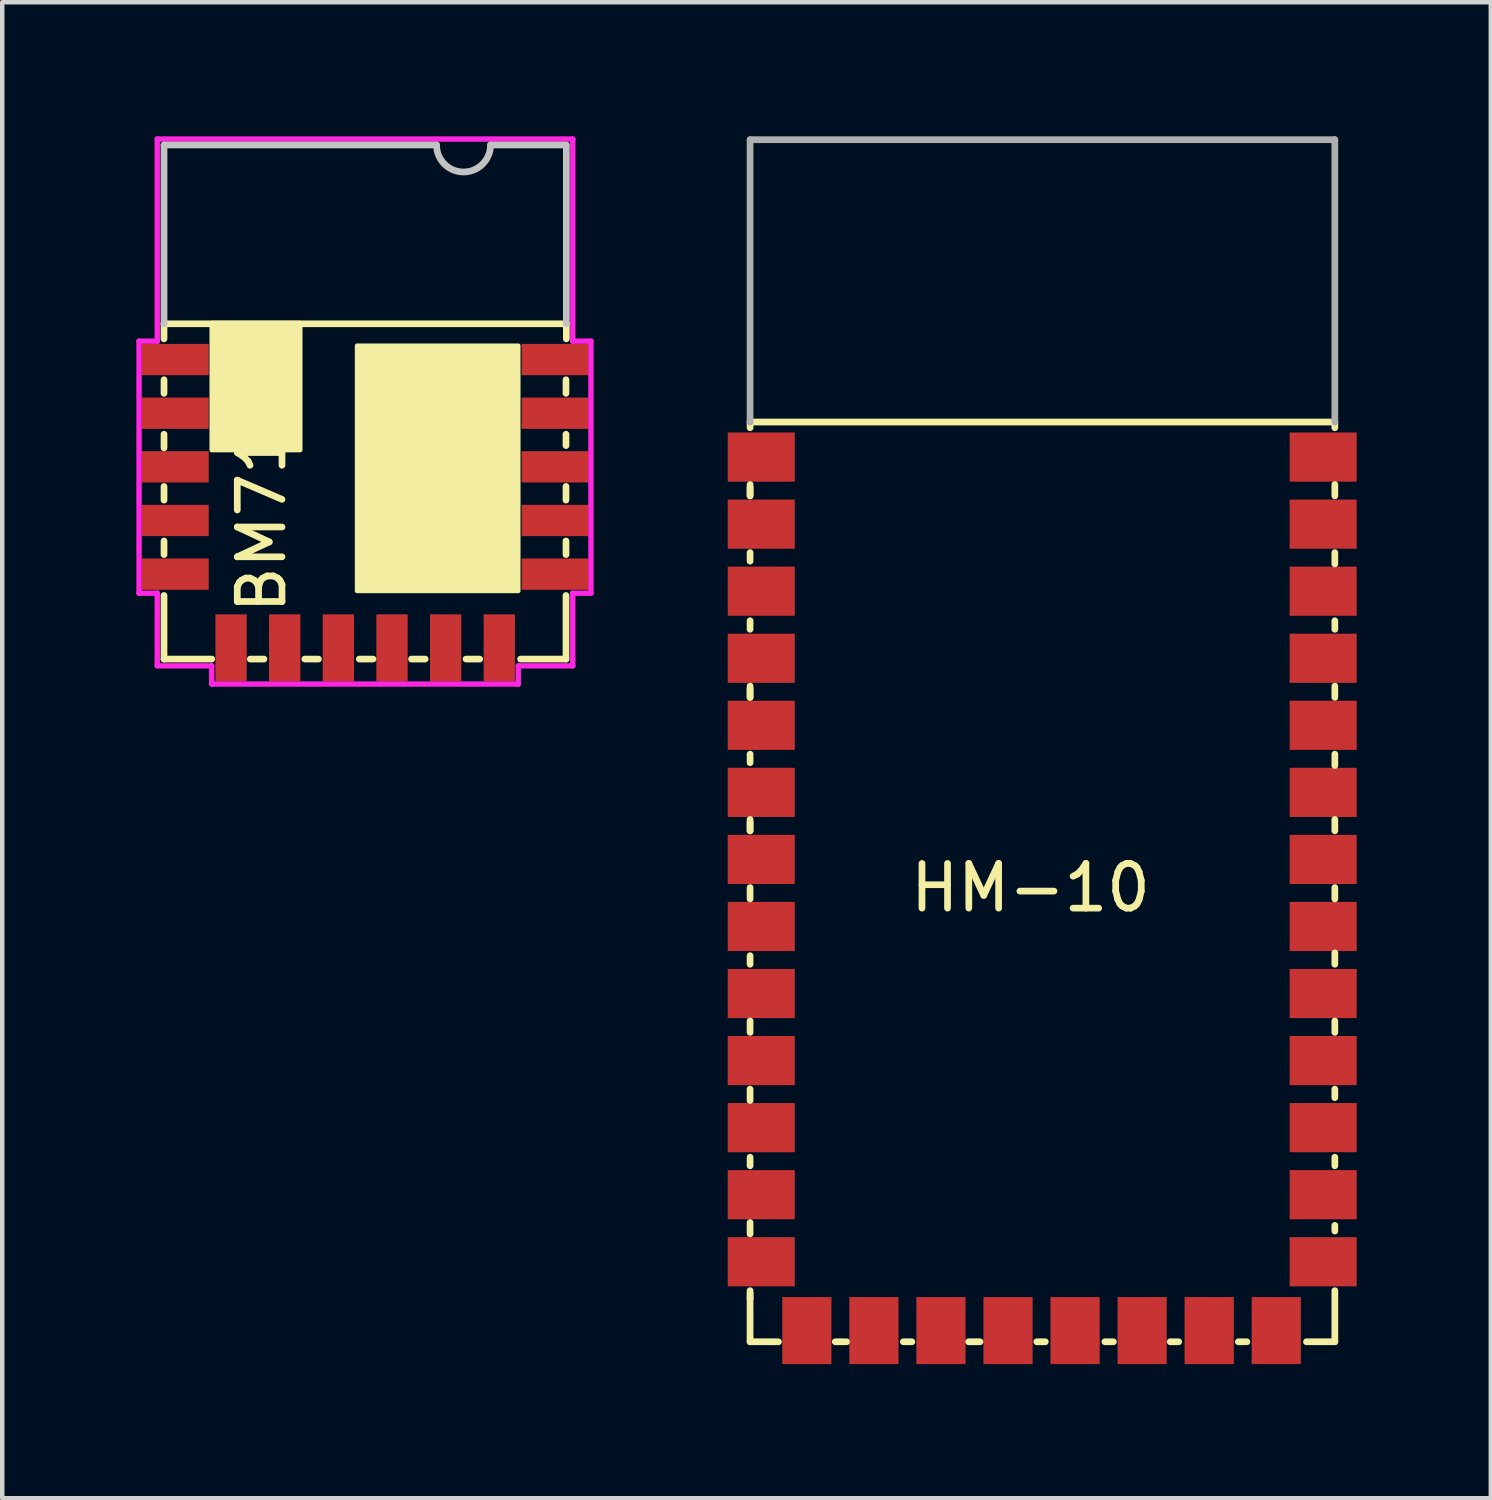
<source format=kicad_pcb>
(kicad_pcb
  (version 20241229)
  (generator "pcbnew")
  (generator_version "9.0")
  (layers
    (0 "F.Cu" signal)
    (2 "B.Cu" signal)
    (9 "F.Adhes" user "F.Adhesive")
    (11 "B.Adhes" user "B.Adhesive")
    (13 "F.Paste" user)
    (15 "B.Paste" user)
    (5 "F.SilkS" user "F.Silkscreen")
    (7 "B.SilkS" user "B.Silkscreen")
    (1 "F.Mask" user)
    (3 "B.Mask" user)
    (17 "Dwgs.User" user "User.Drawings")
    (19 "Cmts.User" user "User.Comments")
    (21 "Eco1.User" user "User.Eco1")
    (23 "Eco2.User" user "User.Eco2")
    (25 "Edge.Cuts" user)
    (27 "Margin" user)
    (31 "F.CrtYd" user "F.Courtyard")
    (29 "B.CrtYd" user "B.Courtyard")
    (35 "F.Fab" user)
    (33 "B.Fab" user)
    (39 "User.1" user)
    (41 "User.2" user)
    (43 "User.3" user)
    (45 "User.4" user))
  (footprint "BM71"
    (layer "F.Cu")
    (at 0.619 11.693)
    (property "Reference" "BM71" (at 2.184 -3.073 90) (unlocked yes) (layer "F.SilkS") (effects (font (size 1 1) (thickness 0.15))))
    (attr through_hole)
    (fp_line (start 0 -7.5) (end 0 -7.163) (stroke (width 0.15) (type solid)) (layer "F.SilkS"))
    (fp_line (start 0 -7.5) (end 9 -7.5) (stroke (width 0.15) (type solid)) (layer "F.SilkS"))
    (fp_line (start 0 -5.944) (end 0 -6.248) (stroke (width 0.15) (type solid)) (layer "F.SilkS"))
    (fp_line (start 0 -4.724) (end 0 -5.029) (stroke (width 0.15) (type solid)) (layer "F.SilkS"))
    (fp_line (start 0 -3.556) (end 0 -3.861) (stroke (width 0.15) (type solid)) (layer "F.SilkS"))
    (fp_line (start 0 -2.337) (end 0 -2.642) (stroke (width 0.15) (type solid)) (layer "F.SilkS"))
    (fp_line (start 0 0) (end 0 -1.422) (stroke (width 0.15) (type solid)) (layer "F.SilkS"))
    (fp_line (start 1.067 0) (end 0 0) (stroke (width 0.15) (type solid)) (layer "F.SilkS"))
    (fp_line (start 2.235 0) (end 1.93 0) (stroke (width 0.15) (type solid)) (layer "F.SilkS"))
    (fp_line (start 3.454 0) (end 3.15 0) (stroke (width 0.15) (type solid)) (layer "F.SilkS"))
    (fp_line (start 4.674 0) (end 4.369 0) (stroke (width 0.15) (type solid)) (layer "F.SilkS"))
    (fp_line (start 5.842 0) (end 5.537 0) (stroke (width 0.15) (type solid)) (layer "F.SilkS"))
    (fp_line (start 7.061 0) (end 6.756 0) (stroke (width 0.15) (type solid)) (layer "F.SilkS"))
    (fp_line (start 8.992 -6.248) (end 8.992 -5.944) (stroke (width 0.15) (type solid)) (layer "F.SilkS"))
    (fp_line (start 8.992 -5.029) (end 8.992 -4.775) (stroke (width 0.15) (type solid)) (layer "F.SilkS"))
    (fp_line (start 8.992 -3.861) (end 8.992 -3.556) (stroke (width 0.15) (type solid)) (layer "F.SilkS"))
    (fp_line (start 8.992 -2.642) (end 8.992 -2.337) (stroke (width 0.15) (type solid)) (layer "F.SilkS"))
    (fp_line (start 8.992 -1.422) (end 8.992 0) (stroke (width 0.15) (type solid)) (layer "F.SilkS"))
    (fp_line (start 8.992 0) (end 7.976 0) (stroke (width 0.15) (type solid)) (layer "F.SilkS"))
    (fp_line (start 9 -7.5) (end 9 -7.163) (stroke (width 0.15) (type solid)) (layer "F.SilkS"))
    (fp_poly (pts (xy 1.067 -7.518) (xy 3.048 -7.518) (xy 3.048 -4.674) (xy 1.067 -4.674)) (stroke (width 0.1) (type solid)) (fill yes) (layer "F.SilkS"))
    (fp_poly (pts (xy 4.318 -7.01) (xy 7.925 -7.01) (xy 7.925 -1.524) (xy 4.318 -1.524)) (stroke (width 0.1) (type solid)) (fill yes) (layer "F.SilkS"))
    (fp_line (start 0 -11.5) (end 6.096 -11.5) (stroke (width 0.15) (type solid)) (layer "Dwgs.User"))
    (fp_line (start 0 -7.5) (end 0 -11.5) (stroke (width 0.15) (type solid)) (layer "Dwgs.User"))
    (fp_line (start 7.304 -11.5) (end 9 -11.5) (stroke (width 0.15) (type solid)) (layer "Dwgs.User"))
    (fp_line (start 9 -11.481) (end 9 -7.5) (stroke (width 0.15) (type solid)) (layer "Dwgs.User"))
    (fp_arc (start 7.304 -11.5) (mid 6.7 -10.896) (end 6.096 -11.5) (stroke (width 0.15) (type solid)) (layer "Dwgs.User"))
    (fp_line (start -0.559 -7.112) (end -0.152 -7.112) (stroke (width 0.12) (type solid)) (layer "F.CrtYd"))
    (fp_line (start -0.559 -1.473) (end -0.559 -7.112) (stroke (width 0.12) (type solid)) (layer "F.CrtYd"))
    (fp_line (start -0.152 -11.633) (end 9.144 -11.633) (stroke (width 0.12) (type solid)) (layer "F.CrtYd"))
    (fp_line (start -0.152 -7.112) (end -0.152 -11.633) (stroke (width 0.12) (type solid)) (layer "F.CrtYd"))
    (fp_line (start -0.152 -1.473) (end -0.559 -1.473) (stroke (width 0.12) (type solid)) (layer "F.CrtYd"))
    (fp_line (start -0.152 0.152) (end -0.152 -1.473) (stroke (width 0.12) (type solid)) (layer "F.CrtYd"))
    (fp_line (start 1.067 0.152) (end -0.152 0.152) (stroke (width 0.12) (type solid)) (layer "F.CrtYd"))
    (fp_line (start 1.067 0.559) (end 1.067 0.152) (stroke (width 0.12) (type solid)) (layer "F.CrtYd"))
    (fp_line (start 7.925 0.152) (end 7.925 0.559) (stroke (width 0.12) (type solid)) (layer "F.CrtYd"))
    (fp_line (start 7.925 0.559) (end 1.067 0.559) (stroke (width 0.12) (type solid)) (layer "F.CrtYd"))
    (fp_line (start 9.144 -11.633) (end 9.144 -7.112) (stroke (width 0.12) (type solid)) (layer "F.CrtYd"))
    (fp_line (start 9.144 -7.112) (end 9.55 -7.112) (stroke (width 0.12) (type solid)) (layer "F.CrtYd"))
    (fp_line (start 9.144 -1.473) (end 9.144 0.152) (stroke (width 0.12) (type solid)) (layer "F.CrtYd"))
    (fp_line (start 9.144 0.152) (end 7.925 0.152) (stroke (width 0.12) (type solid)) (layer "F.CrtYd"))
    (fp_line (start 9.55 -7.112) (end 9.55 -1.473) (stroke (width 0.12) (type solid)) (layer "F.CrtYd"))
    (fp_line (start 9.55 -1.473) (end 9.144 -1.473) (stroke (width 0.12) (type solid)) (layer "F.CrtYd"))
    (pad "1" smd rect (at 0 -6.7) (size 1.5 0.7) (drill (offset 0.25 0)) (layers "F.Cu" "F.Mask" "F.Paste"))
    (pad "2" smd rect (at 0 -5.5) (size 1.5 0.7) (drill (offset 0.25 0)) (layers "F.Cu" "F.Mask" "F.Paste"))
    (pad "3" smd rect (at 0 -4.3) (size 1.5 0.7) (drill (offset 0.25 0)) (layers "F.Cu" "F.Mask" "F.Paste"))
    (pad "4" smd rect (at 0 -3.1) (size 1.5 0.7) (drill (offset 0.25 0)) (layers "F.Cu" "F.Mask" "F.Paste"))
    (pad "5" smd rect (at 0 -1.9) (size 1.5 0.7) (drill (offset 0.25 0)) (layers "F.Cu" "F.Mask" "F.Paste"))
    (pad "6" smd rect (at 1.5 0 90) (size 1.5 0.7) (drill (offset 0.25 0)) (layers "F.Cu" "F.Mask" "F.Paste"))
    (pad "7" smd rect (at 2.7 0 90) (size 1.5 0.7) (drill (offset 0.25 0)) (layers "F.Cu" "F.Mask" "F.Paste"))
    (pad "8" smd rect (at 3.9 0 90) (size 1.5 0.7) (drill (offset 0.25 0)) (layers "F.Cu" "F.Mask" "F.Paste"))
    (pad "9" smd rect (at 5.1 0 90) (size 1.5 0.7) (drill (offset 0.25 0)) (layers "F.Cu" "F.Mask" "F.Paste"))
    (pad "10" smd rect (at 6.3 0 90) (size 1.5 0.7) (drill (offset 0.25 0)) (layers "F.Cu" "F.Mask" "F.Paste"))
    (pad "11" smd rect (at 7.5 0 90) (size 1.5 0.7) (drill (offset 0.25 0)) (layers "F.Cu" "F.Mask" "F.Paste"))
    (pad "12" smd rect (at 9 -1.9 180) (size 1.5 0.7) (drill (offset 0.25 0)) (layers "F.Cu" "F.Mask" "F.Paste"))
    (pad "13" smd rect (at 9 -3.1 180) (size 1.5 0.7) (drill (offset 0.25 0)) (layers "F.Cu" "F.Mask" "F.Paste"))
    (pad "14" smd rect (at 9 -4.3 180) (size 1.5 0.7) (drill (offset 0.25 0)) (layers "F.Cu" "F.Mask" "F.Paste"))
    (pad "15" smd rect (at 9 -5.5 180) (size 1.5 0.7) (drill (offset 0.25 0)) (layers "F.Cu" "F.Mask" "F.Paste"))
    (pad "16" smd rect (at 9 -6.7 180) (size 1.5 0.7) (drill (offset 0.25 0)) (layers "F.Cu" "F.Mask" "F.Paste")))
  (footprint "HM-10"
    (layer "F.Cu")
    (at 13.729 26.965)
    (property "Reference" "HM-10" (at 6.274 -10.155 0) (layer "F.SilkS") (effects (font (size 1 1) (thickness 0.15))))
    (attr through_hole)
    (fp_line (start 0 -20.574) (end 13.081 -20.574) (stroke (width 0.15) (type solid)) (layer "F.SilkS"))
    (fp_line (start 0 -20.447) (end 0 -20.574) (stroke (width 0.15) (type solid)) (layer "F.SilkS"))
    (fp_line (start 0 -19.113) (end 0 -18.923) (stroke (width 0.15) (type solid)) (layer "F.SilkS"))
    (fp_line (start 0 -18.923) (end 0 -19.177) (stroke (width 0.15) (type solid)) (layer "F.SilkS"))
    (fp_line (start 0 -17.653) (end 0 -17.462) (stroke (width 0.15) (type solid)) (layer "F.SilkS"))
    (fp_line (start 0 -16.129) (end 0 -15.938) (stroke (width 0.15) (type solid)) (layer "F.SilkS"))
    (fp_line (start 0 -14.605) (end 0 -14.415) (stroke (width 0.15) (type solid)) (layer "F.SilkS"))
    (fp_line (start 0 -14.415) (end 0 -14.668) (stroke (width 0.15) (type solid)) (layer "F.SilkS"))
    (fp_line (start 0 -13.145) (end 0 -12.954) (stroke (width 0.15) (type solid)) (layer "F.SilkS"))
    (fp_line (start 0 -11.62) (end 0 -11.43) (stroke (width 0.15) (type solid)) (layer "F.SilkS"))
    (fp_line (start 0 -11.43) (end 0 -11.684) (stroke (width 0.15) (type solid)) (layer "F.SilkS"))
    (fp_line (start 0 -10.16) (end 0 -9.906) (stroke (width 0.15) (type solid)) (layer "F.SilkS"))
    (fp_line (start 0 -8.636) (end 0 -8.445) (stroke (width 0.15) (type solid)) (layer "F.SilkS"))
    (fp_line (start 0 -7.176) (end 0 -6.921) (stroke (width 0.15) (type solid)) (layer "F.SilkS"))
    (fp_line (start 0 -5.652) (end 0 -5.397) (stroke (width 0.15) (type solid)) (layer "F.SilkS"))
    (fp_line (start 0 -4.128) (end 0 -3.937) (stroke (width 0.15) (type solid)) (layer "F.SilkS"))
    (fp_line (start 0 -2.667) (end 0 -2.413) (stroke (width 0.15) (type solid)) (layer "F.SilkS"))
    (fp_line (start 0 -1.143) (end 0 -1.079) (stroke (width 0.15) (type solid)) (layer "F.SilkS"))
    (fp_line (start 0 -1.079) (end 0 -0.953) (stroke (width 0.15) (type solid)) (layer "F.SilkS"))
    (fp_line (start 0 -1.016) (end 0 0) (stroke (width 0.15) (type solid)) (layer "F.SilkS"))
    (fp_line (start 0 0) (end 0.635 0) (stroke (width 0.15) (type solid)) (layer "F.SilkS"))
    (fp_line (start 1.905 0) (end 2.159 0) (stroke (width 0.15) (type solid)) (layer "F.SilkS"))
    (fp_line (start 3.429 0) (end 3.619 0) (stroke (width 0.15) (type solid)) (layer "F.SilkS"))
    (fp_line (start 4.889 0) (end 5.144 0) (stroke (width 0.15) (type solid)) (layer "F.SilkS"))
    (fp_line (start 6.413 0) (end 6.604 0) (stroke (width 0.15) (type solid)) (layer "F.SilkS"))
    (fp_line (start 7.938 0) (end 8.128 0) (stroke (width 0.15) (type solid)) (layer "F.SilkS"))
    (fp_line (start 9.398 0) (end 9.588 0) (stroke (width 0.15) (type solid)) (layer "F.SilkS"))
    (fp_line (start 10.922 0) (end 11.113 0) (stroke (width 0.15) (type solid)) (layer "F.SilkS"))
    (fp_line (start 12.446 0) (end 13.081 0) (stroke (width 0.15) (type solid)) (layer "F.SilkS"))
    (fp_line (start 13.081 -20.574) (end 13.081 -20.447) (stroke (width 0.15) (type solid)) (layer "F.SilkS"))
    (fp_line (start 13.081 -18.923) (end 13.081 -19.177) (stroke (width 0.15) (type solid)) (layer "F.SilkS"))
    (fp_line (start 13.081 -17.399) (end 13.081 -17.653) (stroke (width 0.15) (type solid)) (layer "F.SilkS"))
    (fp_line (start 13.081 -15.938) (end 13.081 -16.129) (stroke (width 0.15) (type solid)) (layer "F.SilkS"))
    (fp_line (start 13.081 -14.415) (end 13.081 -14.668) (stroke (width 0.15) (type solid)) (layer "F.SilkS"))
    (fp_line (start 13.081 -12.89) (end 13.081 -13.145) (stroke (width 0.15) (type solid)) (layer "F.SilkS"))
    (fp_line (start 13.081 -11.43) (end 13.081 -11.684) (stroke (width 0.15) (type solid)) (layer "F.SilkS"))
    (fp_line (start 13.081 -9.906) (end 13.081 -10.16) (stroke (width 0.15) (type solid)) (layer "F.SilkS"))
    (fp_line (start 13.081 -8.445) (end 13.081 -8.7) (stroke (width 0.15) (type solid)) (layer "F.SilkS"))
    (fp_line (start 13.081 -6.921) (end 13.081 -7.176) (stroke (width 0.15) (type solid)) (layer "F.SilkS"))
    (fp_line (start 13.081 -5.461) (end 13.081 -5.652) (stroke (width 0.15) (type solid)) (layer "F.SilkS"))
    (fp_line (start 13.081 -3.937) (end 13.081 -4.128) (stroke (width 0.15) (type solid)) (layer "F.SilkS"))
    (fp_line (start 13.081 -2.477) (end 13.081 -2.603) (stroke (width 0.15) (type solid)) (layer "F.SilkS"))
    (fp_line (start 13.081 0) (end 13.081 -1.143) (stroke (width 0.15) (type solid)) (layer "F.SilkS"))
    (fp_line (start 0 -26.89) (end 0 -20.574) (stroke (width 0.15) (type solid)) (layer "F.Fab"))
    (fp_line (start 13.081 -26.89) (end 0 -26.89) (stroke (width 0.15) (type solid)) (layer "F.Fab"))
    (fp_line (start 13.081 -20.574) (end 13.081 -26.89) (stroke (width 0.15) (type solid)) (layer "F.Fab"))
    (pad "1" smd rect (at 0 -19.79) (size 1.5 1.1) (drill (offset 0.25 0)) (layers "F.Cu" "F.Mask" "F.Paste"))
    (pad "2" smd rect (at 0 -18.29) (size 1.5 1.1) (drill (offset 0.25 0)) (layers "F.Cu" "F.Mask" "F.Paste"))
    (pad "3" smd rect (at 0 -16.79) (size 1.5 1.1) (drill (offset 0.25 0)) (layers "F.Cu" "F.Mask" "F.Paste"))
    (pad "4" smd rect (at 0 -15.29) (size 1.5 1.1) (drill (offset 0.25 0)) (layers "F.Cu" "F.Mask" "F.Paste"))
    (pad "5" smd rect (at 0 -13.79) (size 1.5 1.1) (drill (offset 0.25 0)) (layers "F.Cu" "F.Mask" "F.Paste"))
    (pad "6" smd rect (at 0 -12.29) (size 1.5 1.1) (drill (offset 0.25 0)) (layers "F.Cu" "F.Mask" "F.Paste"))
    (pad "7" smd rect (at 0 -10.79) (size 1.5 1.1) (drill (offset 0.25 0)) (layers "F.Cu" "F.Mask" "F.Paste"))
    (pad "8" smd rect (at 0 -9.29) (size 1.5 1.1) (drill (offset 0.25 0)) (layers "F.Cu" "F.Mask" "F.Paste"))
    (pad "9" smd rect (at 0 -7.79) (size 1.5 1.1) (drill (offset 0.25 0)) (layers "F.Cu" "F.Mask" "F.Paste"))
    (pad "10" smd rect (at 0 -6.29) (size 1.5 1.1) (drill (offset 0.25 0)) (layers "F.Cu" "F.Mask" "F.Paste"))
    (pad "11" smd rect (at 0 -4.79) (size 1.5 1.1) (drill (offset 0.25 0)) (layers "F.Cu" "F.Mask" "F.Paste"))
    (pad "12" smd rect (at 0 -3.29) (size 1.5 1.1) (drill (offset 0.25 0)) (layers "F.Cu" "F.Mask" "F.Paste"))
    (pad "13" smd rect (at 0 -1.79) (size 1.5 1.1) (drill (offset 0.25 0)) (layers "F.Cu" "F.Mask" "F.Paste"))
    (pad "14" smd rect (at 1.27 0 90) (size 1.5 1.1) (drill (offset 0.25 0)) (layers "F.Cu" "F.Mask" "F.Paste"))
    (pad "15" smd rect (at 2.77 0 90) (size 1.5 1.1) (drill (offset 0.25 0)) (layers "F.Cu" "F.Mask" "F.Paste"))
    (pad "16" smd rect (at 4.27 0 90) (size 1.5 1.1) (drill (offset 0.25 0)) (layers "F.Cu" "F.Mask" "F.Paste"))
    (pad "17" smd rect (at 5.77 0 90) (size 1.5 1.1) (drill (offset 0.25 0)) (layers "F.Cu" "F.Mask" "F.Paste"))
    (pad "18" smd rect (at 7.27 0 90) (size 1.5 1.1) (drill (offset 0.25 0)) (layers "F.Cu" "F.Mask" "F.Paste"))
    (pad "19" smd rect (at 8.77 0 90) (size 1.5 1.1) (drill (offset 0.25 0)) (layers "F.Cu" "F.Mask" "F.Paste"))
    (pad "20" smd rect (at 10.27 0 90) (size 1.5 1.1) (drill (offset 0.25 0)) (layers "F.Cu" "F.Mask" "F.Paste"))
    (pad "21" smd rect (at 11.77 0 90) (size 1.5 1.1) (drill (offset 0.25 0)) (layers "F.Cu" "F.Mask" "F.Paste"))
    (pad "22" smd rect (at 13.07 -1.79 180) (size 1.5 1.1) (drill (offset 0.25 0)) (layers "F.Cu" "F.Mask" "F.Paste"))
    (pad "23" smd rect (at 13.07 -3.29 180) (size 1.5 1.1) (drill (offset 0.25 0)) (layers "F.Cu" "F.Mask" "F.Paste"))
    (pad "24" smd rect (at 13.07 -4.79 180) (size 1.5 1.1) (drill (offset 0.25 0)) (layers "F.Cu" "F.Mask" "F.Paste"))
    (pad "25" smd rect (at 13.07 -6.29 180) (size 1.5 1.1) (drill (offset 0.25 0)) (layers "F.Cu" "F.Mask" "F.Paste"))
    (pad "26" smd rect (at 13.07 -7.79 180) (size 1.5 1.1) (drill (offset 0.25 0)) (layers "F.Cu" "F.Mask" "F.Paste"))
    (pad "27" smd rect (at 13.07 -9.29 180) (size 1.5 1.1) (drill (offset 0.25 0)) (layers "F.Cu" "F.Mask" "F.Paste"))
    (pad "28" smd rect (at 13.07 -10.79 180) (size 1.5 1.1) (drill (offset 0.25 0)) (layers "F.Cu" "F.Mask" "F.Paste"))
    (pad "29" smd rect (at 13.07 -12.29 180) (size 1.5 1.1) (drill (offset 0.25 0)) (layers "F.Cu" "F.Mask" "F.Paste"))
    (pad "30" smd rect (at 13.07 -13.79 180) (size 1.5 1.1) (drill (offset 0.25 0)) (layers "F.Cu" "F.Mask" "F.Paste"))
    (pad "31" smd rect (at 13.07 -15.29 180) (size 1.5 1.1) (drill (offset 0.25 0)) (layers "F.Cu" "F.Mask" "F.Paste"))
    (pad "32" smd rect (at 13.07 -16.79 180) (size 1.5 1.1) (drill (offset 0.25 0)) (layers "F.Cu" "F.Mask" "F.Paste"))
    (pad "33" smd rect (at 13.07 -18.29 180) (size 1.5 1.1) (drill (offset 0.25 0)) (layers "F.Cu" "F.Mask" "F.Paste"))
    (pad "34" smd rect (at 13.07 -19.79 180) (size 1.5 1.1) (drill (offset 0.25 0)) (layers "F.Cu" "F.Mask" "F.Paste")))
  (gr_rect
    (start -3 -3)
    (end 30.299 30.465)
    (stroke (width 0.1) (type default))
    (fill no)
    (layer "Edge.Cuts")))
</source>
